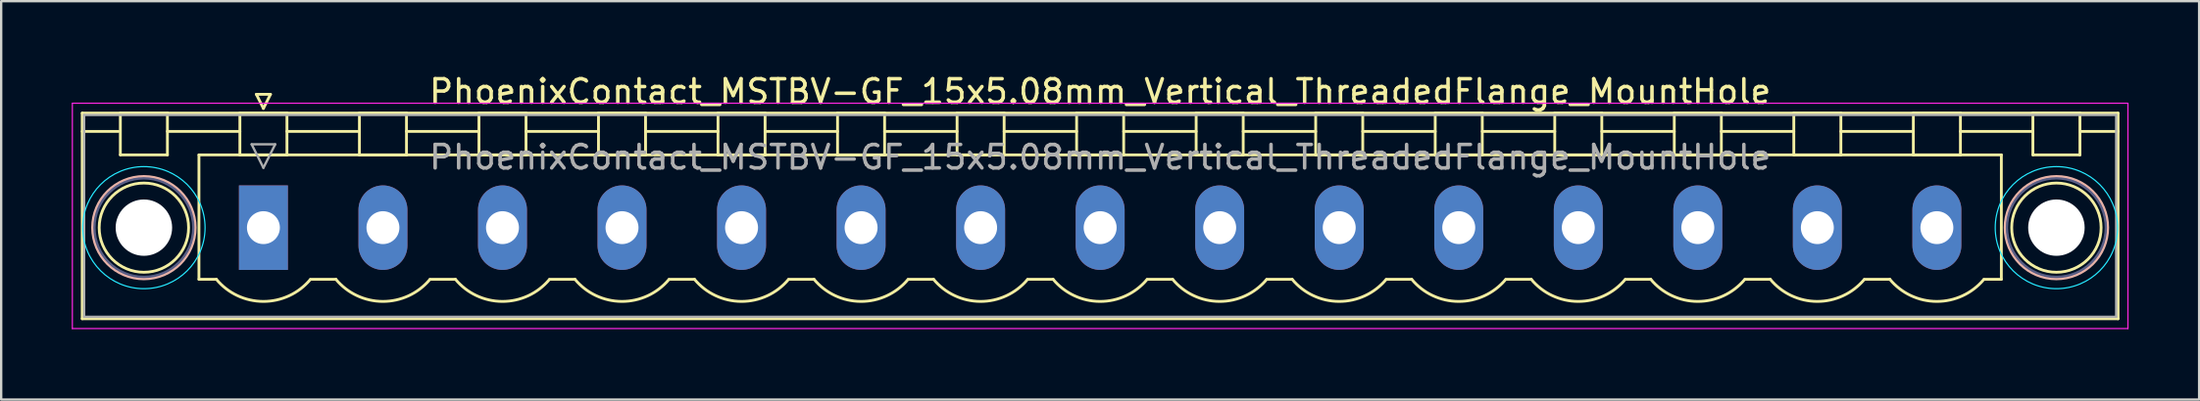
<source format=kicad_pcb>
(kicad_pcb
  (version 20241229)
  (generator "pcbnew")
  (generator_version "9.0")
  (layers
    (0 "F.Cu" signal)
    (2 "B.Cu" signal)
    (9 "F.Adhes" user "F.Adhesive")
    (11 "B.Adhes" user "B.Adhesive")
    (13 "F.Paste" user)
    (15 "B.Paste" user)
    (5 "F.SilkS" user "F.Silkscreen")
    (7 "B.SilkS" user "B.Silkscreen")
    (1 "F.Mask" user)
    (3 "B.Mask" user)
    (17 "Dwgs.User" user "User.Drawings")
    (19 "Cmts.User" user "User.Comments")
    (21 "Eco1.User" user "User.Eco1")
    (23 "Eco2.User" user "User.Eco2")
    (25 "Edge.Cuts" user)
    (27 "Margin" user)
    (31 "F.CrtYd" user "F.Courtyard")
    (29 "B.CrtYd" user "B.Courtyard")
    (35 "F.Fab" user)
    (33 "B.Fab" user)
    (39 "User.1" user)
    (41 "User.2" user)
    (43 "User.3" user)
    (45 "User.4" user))
  (footprint "PhoenixContact_MSTBV-GF_15x5.08mm_Vertical_ThreadedFlange_MountHole"
    (layer "F.Cu")
    (at 8.145 6.648)
    (property "Reference" "PhoenixContact_MSTBV-GF_15x5.08mm_Vertical_ThreadedFlange_MountHole" (at 35.56 -5.8 0) (layer "F.SilkS") (effects (font (size 1 1) (thickness 0.15))))
    (attr through_hole)
    (fp_line (start -7.7 -4.88) (end -7.7 3.88) (stroke (width 0.12) (type solid)) (layer "F.SilkS"))
    (fp_line (start -7.7 -4.1) (end -6.16 -4.1) (stroke (width 0.12) (type solid)) (layer "F.SilkS"))
    (fp_line (start -7.7 3.88) (end 78.82 3.88) (stroke (width 0.12) (type solid)) (layer "F.SilkS"))
    (fp_line (start -6.08 -4.88) (end -4.08 -4.88) (stroke (width 0.12) (type solid)) (layer "F.SilkS"))
    (fp_line (start -6.08 -3.1) (end -6.08 -4.88) (stroke (width 0.12) (type solid)) (layer "F.SilkS"))
    (fp_line (start -4.08 -4.88) (end -4.08 -3.1) (stroke (width 0.12) (type solid)) (layer "F.SilkS"))
    (fp_line (start -4.08 -4.1) (end -1 -4.1) (stroke (width 0.12) (type solid)) (layer "F.SilkS"))
    (fp_line (start -4.08 -3.1) (end -6.08 -3.1) (stroke (width 0.12) (type solid)) (layer "F.SilkS"))
    (fp_line (start -2.74 -3.1) (end 73.86 -3.1) (stroke (width 0.12) (type solid)) (layer "F.SilkS"))
    (fp_line (start -2.74 2.2) (end -2.74 -3.1) (stroke (width 0.12) (type solid)) (layer "F.SilkS"))
    (fp_line (start -2 2.2) (end -2.74 2.2) (stroke (width 0.12) (type solid)) (layer "F.SilkS"))
    (fp_line (start -1 -4.88) (end 1 -4.88) (stroke (width 0.12) (type solid)) (layer "F.SilkS"))
    (fp_line (start -1 -3.1) (end -1 -4.88) (stroke (width 0.12) (type solid)) (layer "F.SilkS"))
    (fp_line (start -0.3 -5.68) (end 0.3 -5.68) (stroke (width 0.12) (type solid)) (layer "F.SilkS"))
    (fp_line (start 0 -5.08) (end -0.3 -5.68) (stroke (width 0.12) (type solid)) (layer "F.SilkS"))
    (fp_line (start 0.3 -5.68) (end 0 -5.08) (stroke (width 0.12) (type solid)) (layer "F.SilkS"))
    (fp_line (start 1 -4.88) (end 1 -3.1) (stroke (width 0.12) (type solid)) (layer "F.SilkS"))
    (fp_line (start 1 -4.1) (end 4.08 -4.1) (stroke (width 0.12) (type solid)) (layer "F.SilkS"))
    (fp_line (start 1 -3.1) (end -1 -3.1) (stroke (width 0.12) (type solid)) (layer "F.SilkS"))
    (fp_line (start 2 2.2) (end 3.08 2.2) (stroke (width 0.12) (type solid)) (layer "F.SilkS"))
    (fp_line (start 4.08 -4.88) (end 6.08 -4.88) (stroke (width 0.12) (type solid)) (layer "F.SilkS"))
    (fp_line (start 4.08 -3.1) (end 4.08 -4.88) (stroke (width 0.12) (type solid)) (layer "F.SilkS"))
    (fp_line (start 6.08 -4.88) (end 6.08 -3.1) (stroke (width 0.12) (type solid)) (layer "F.SilkS"))
    (fp_line (start 6.08 -4.1) (end 9.16 -4.1) (stroke (width 0.12) (type solid)) (layer "F.SilkS"))
    (fp_line (start 6.08 -3.1) (end 4.08 -3.1) (stroke (width 0.12) (type solid)) (layer "F.SilkS"))
    (fp_line (start 7.08 2.2) (end 8.16 2.2) (stroke (width 0.12) (type solid)) (layer "F.SilkS"))
    (fp_line (start 9.16 -4.88) (end 11.16 -4.88) (stroke (width 0.12) (type solid)) (layer "F.SilkS"))
    (fp_line (start 9.16 -3.1) (end 9.16 -4.88) (stroke (width 0.12) (type solid)) (layer "F.SilkS"))
    (fp_line (start 11.16 -4.88) (end 11.16 -3.1) (stroke (width 0.12) (type solid)) (layer "F.SilkS"))
    (fp_line (start 11.16 -4.1) (end 14.24 -4.1) (stroke (width 0.12) (type solid)) (layer "F.SilkS"))
    (fp_line (start 11.16 -3.1) (end 9.16 -3.1) (stroke (width 0.12) (type solid)) (layer "F.SilkS"))
    (fp_line (start 12.16 2.2) (end 13.24 2.2) (stroke (width 0.12) (type solid)) (layer "F.SilkS"))
    (fp_line (start 14.24 -4.88) (end 16.24 -4.88) (stroke (width 0.12) (type solid)) (layer "F.SilkS"))
    (fp_line (start 14.24 -3.1) (end 14.24 -4.88) (stroke (width 0.12) (type solid)) (layer "F.SilkS"))
    (fp_line (start 16.24 -4.88) (end 16.24 -3.1) (stroke (width 0.12) (type solid)) (layer "F.SilkS"))
    (fp_line (start 16.24 -4.1) (end 19.32 -4.1) (stroke (width 0.12) (type solid)) (layer "F.SilkS"))
    (fp_line (start 16.24 -3.1) (end 14.24 -3.1) (stroke (width 0.12) (type solid)) (layer "F.SilkS"))
    (fp_line (start 17.24 2.2) (end 18.32 2.2) (stroke (width 0.12) (type solid)) (layer "F.SilkS"))
    (fp_line (start 19.32 -4.88) (end 21.32 -4.88) (stroke (width 0.12) (type solid)) (layer "F.SilkS"))
    (fp_line (start 19.32 -3.1) (end 19.32 -4.88) (stroke (width 0.12) (type solid)) (layer "F.SilkS"))
    (fp_line (start 21.32 -4.88) (end 21.32 -3.1) (stroke (width 0.12) (type solid)) (layer "F.SilkS"))
    (fp_line (start 21.32 -4.1) (end 24.4 -4.1) (stroke (width 0.12) (type solid)) (layer "F.SilkS"))
    (fp_line (start 21.32 -3.1) (end 19.32 -3.1) (stroke (width 0.12) (type solid)) (layer "F.SilkS"))
    (fp_line (start 22.32 2.2) (end 23.4 2.2) (stroke (width 0.12) (type solid)) (layer "F.SilkS"))
    (fp_line (start 24.4 -4.88) (end 26.4 -4.88) (stroke (width 0.12) (type solid)) (layer "F.SilkS"))
    (fp_line (start 24.4 -3.1) (end 24.4 -4.88) (stroke (width 0.12) (type solid)) (layer "F.SilkS"))
    (fp_line (start 26.4 -4.88) (end 26.4 -3.1) (stroke (width 0.12) (type solid)) (layer "F.SilkS"))
    (fp_line (start 26.4 -4.1) (end 29.48 -4.1) (stroke (width 0.12) (type solid)) (layer "F.SilkS"))
    (fp_line (start 26.4 -3.1) (end 24.4 -3.1) (stroke (width 0.12) (type solid)) (layer "F.SilkS"))
    (fp_line (start 27.4 2.2) (end 28.48 2.2) (stroke (width 0.12) (type solid)) (layer "F.SilkS"))
    (fp_line (start 29.48 -4.88) (end 31.48 -4.88) (stroke (width 0.12) (type solid)) (layer "F.SilkS"))
    (fp_line (start 29.48 -3.1) (end 29.48 -4.88) (stroke (width 0.12) (type solid)) (layer "F.SilkS"))
    (fp_line (start 31.48 -4.88) (end 31.48 -3.1) (stroke (width 0.12) (type solid)) (layer "F.SilkS"))
    (fp_line (start 31.48 -4.1) (end 34.56 -4.1) (stroke (width 0.12) (type solid)) (layer "F.SilkS"))
    (fp_line (start 31.48 -3.1) (end 29.48 -3.1) (stroke (width 0.12) (type solid)) (layer "F.SilkS"))
    (fp_line (start 32.48 2.2) (end 33.56 2.2) (stroke (width 0.12) (type solid)) (layer "F.SilkS"))
    (fp_line (start 34.56 -4.88) (end 36.56 -4.88) (stroke (width 0.12) (type solid)) (layer "F.SilkS"))
    (fp_line (start 34.56 -3.1) (end 34.56 -4.88) (stroke (width 0.12) (type solid)) (layer "F.SilkS"))
    (fp_line (start 36.56 -4.88) (end 36.56 -3.1) (stroke (width 0.12) (type solid)) (layer "F.SilkS"))
    (fp_line (start 36.56 -4.1) (end 39.64 -4.1) (stroke (width 0.12) (type solid)) (layer "F.SilkS"))
    (fp_line (start 36.56 -3.1) (end 34.56 -3.1) (stroke (width 0.12) (type solid)) (layer "F.SilkS"))
    (fp_line (start 37.56 2.2) (end 38.64 2.2) (stroke (width 0.12) (type solid)) (layer "F.SilkS"))
    (fp_line (start 39.64 -4.88) (end 41.64 -4.88) (stroke (width 0.12) (type solid)) (layer "F.SilkS"))
    (fp_line (start 39.64 -3.1) (end 39.64 -4.88) (stroke (width 0.12) (type solid)) (layer "F.SilkS"))
    (fp_line (start 41.64 -4.88) (end 41.64 -3.1) (stroke (width 0.12) (type solid)) (layer "F.SilkS"))
    (fp_line (start 41.64 -4.1) (end 44.72 -4.1) (stroke (width 0.12) (type solid)) (layer "F.SilkS"))
    (fp_line (start 41.64 -3.1) (end 39.64 -3.1) (stroke (width 0.12) (type solid)) (layer "F.SilkS"))
    (fp_line (start 42.64 2.2) (end 43.72 2.2) (stroke (width 0.12) (type solid)) (layer "F.SilkS"))
    (fp_line (start 44.72 -4.88) (end 46.72 -4.88) (stroke (width 0.12) (type solid)) (layer "F.SilkS"))
    (fp_line (start 44.72 -3.1) (end 44.72 -4.88) (stroke (width 0.12) (type solid)) (layer "F.SilkS"))
    (fp_line (start 46.72 -4.88) (end 46.72 -3.1) (stroke (width 0.12) (type solid)) (layer "F.SilkS"))
    (fp_line (start 46.72 -4.1) (end 49.8 -4.1) (stroke (width 0.12) (type solid)) (layer "F.SilkS"))
    (fp_line (start 46.72 -3.1) (end 44.72 -3.1) (stroke (width 0.12) (type solid)) (layer "F.SilkS"))
    (fp_line (start 47.72 2.2) (end 48.8 2.2) (stroke (width 0.12) (type solid)) (layer "F.SilkS"))
    (fp_line (start 49.8 -4.88) (end 51.8 -4.88) (stroke (width 0.12) (type solid)) (layer "F.SilkS"))
    (fp_line (start 49.8 -3.1) (end 49.8 -4.88) (stroke (width 0.12) (type solid)) (layer "F.SilkS"))
    (fp_line (start 51.8 -4.88) (end 51.8 -3.1) (stroke (width 0.12) (type solid)) (layer "F.SilkS"))
    (fp_line (start 51.8 -4.1) (end 54.88 -4.1) (stroke (width 0.12) (type solid)) (layer "F.SilkS"))
    (fp_line (start 51.8 -3.1) (end 49.8 -3.1) (stroke (width 0.12) (type solid)) (layer "F.SilkS"))
    (fp_line (start 52.8 2.2) (end 53.88 2.2) (stroke (width 0.12) (type solid)) (layer "F.SilkS"))
    (fp_line (start 54.88 -4.88) (end 56.88 -4.88) (stroke (width 0.12) (type solid)) (layer "F.SilkS"))
    (fp_line (start 54.88 -3.1) (end 54.88 -4.88) (stroke (width 0.12) (type solid)) (layer "F.SilkS"))
    (fp_line (start 56.88 -4.88) (end 56.88 -3.1) (stroke (width 0.12) (type solid)) (layer "F.SilkS"))
    (fp_line (start 56.88 -4.1) (end 59.96 -4.1) (stroke (width 0.12) (type solid)) (layer "F.SilkS"))
    (fp_line (start 56.88 -3.1) (end 54.88 -3.1) (stroke (width 0.12) (type solid)) (layer "F.SilkS"))
    (fp_line (start 57.88 2.2) (end 58.96 2.2) (stroke (width 0.12) (type solid)) (layer "F.SilkS"))
    (fp_line (start 59.96 -4.88) (end 61.96 -4.88) (stroke (width 0.12) (type solid)) (layer "F.SilkS"))
    (fp_line (start 59.96 -3.1) (end 59.96 -4.88) (stroke (width 0.12) (type solid)) (layer "F.SilkS"))
    (fp_line (start 61.96 -4.88) (end 61.96 -3.1) (stroke (width 0.12) (type solid)) (layer "F.SilkS"))
    (fp_line (start 61.96 -4.1) (end 65.04 -4.1) (stroke (width 0.12) (type solid)) (layer "F.SilkS"))
    (fp_line (start 61.96 -3.1) (end 59.96 -3.1) (stroke (width 0.12) (type solid)) (layer "F.SilkS"))
    (fp_line (start 62.96 2.2) (end 64.04 2.2) (stroke (width 0.12) (type solid)) (layer "F.SilkS"))
    (fp_line (start 65.04 -4.88) (end 67.04 -4.88) (stroke (width 0.12) (type solid)) (layer "F.SilkS"))
    (fp_line (start 65.04 -3.1) (end 65.04 -4.88) (stroke (width 0.12) (type solid)) (layer "F.SilkS"))
    (fp_line (start 67.04 -4.88) (end 67.04 -3.1) (stroke (width 0.12) (type solid)) (layer "F.SilkS"))
    (fp_line (start 67.04 -4.1) (end 70.12 -4.1) (stroke (width 0.12) (type solid)) (layer "F.SilkS"))
    (fp_line (start 67.04 -3.1) (end 65.04 -3.1) (stroke (width 0.12) (type solid)) (layer "F.SilkS"))
    (fp_line (start 68.04 2.2) (end 69.12 2.2) (stroke (width 0.12) (type solid)) (layer "F.SilkS"))
    (fp_line (start 70.12 -4.88) (end 72.12 -4.88) (stroke (width 0.12) (type solid)) (layer "F.SilkS"))
    (fp_line (start 70.12 -3.1) (end 70.12 -4.88) (stroke (width 0.12) (type solid)) (layer "F.SilkS"))
    (fp_line (start 72.12 -4.88) (end 72.12 -3.1) (stroke (width 0.12) (type solid)) (layer "F.SilkS"))
    (fp_line (start 72.12 -4.1) (end 75.2 -4.1) (stroke (width 0.12) (type solid)) (layer "F.SilkS"))
    (fp_line (start 72.12 -3.1) (end 70.12 -3.1) (stroke (width 0.12) (type solid)) (layer "F.SilkS"))
    (fp_line (start 73.86 -3.1) (end 73.86 2.2) (stroke (width 0.12) (type solid)) (layer "F.SilkS"))
    (fp_line (start 73.86 2.2) (end 73.12 2.2) (stroke (width 0.12) (type solid)) (layer "F.SilkS"))
    (fp_line (start 75.2 -4.88) (end 77.2 -4.88) (stroke (width 0.12) (type solid)) (layer "F.SilkS"))
    (fp_line (start 75.2 -3.1) (end 75.2 -4.88) (stroke (width 0.12) (type solid)) (layer "F.SilkS"))
    (fp_line (start 77.2 -4.88) (end 77.2 -3.1) (stroke (width 0.12) (type solid)) (layer "F.SilkS"))
    (fp_line (start 77.2 -3.1) (end 75.2 -3.1) (stroke (width 0.12) (type solid)) (layer "F.SilkS"))
    (fp_line (start 78.82 -4.88) (end -7.7 -4.88) (stroke (width 0.12) (type solid)) (layer "F.SilkS"))
    (fp_line (start 78.82 -4.1) (end 77.28 -4.1) (stroke (width 0.12) (type solid)) (layer "F.SilkS"))
    (fp_line (start 78.82 3.88) (end 78.82 -4.88) (stroke (width 0.12) (type solid)) (layer "F.SilkS"))
    (fp_arc (start 1.986842 2.215821) (mid -0.010289 3.142758) (end -2 2.2) (stroke (width 0.12) (type solid)) (layer "F.SilkS"))
    (fp_arc (start 7.066842 2.215821) (mid 5.069711 3.142758) (end 3.08 2.2) (stroke (width 0.12) (type solid)) (layer "F.SilkS"))
    (fp_arc (start 12.146842 2.215821) (mid 10.149711 3.142758) (end 8.16 2.2) (stroke (width 0.12) (type solid)) (layer "F.SilkS"))
    (fp_arc (start 17.226842 2.215821) (mid 15.229711 3.142758) (end 13.24 2.2) (stroke (width 0.12) (type solid)) (layer "F.SilkS"))
    (fp_arc (start 22.306842 2.215821) (mid 20.309711 3.142758) (end 18.32 2.2) (stroke (width 0.12) (type solid)) (layer "F.SilkS"))
    (fp_arc (start 27.386842 2.215821) (mid 25.389711 3.142758) (end 23.4 2.2) (stroke (width 0.12) (type solid)) (layer "F.SilkS"))
    (fp_arc (start 32.466842 2.215821) (mid 30.469711 3.142758) (end 28.48 2.2) (stroke (width 0.12) (type solid)) (layer "F.SilkS"))
    (fp_arc (start 37.546842 2.215821) (mid 35.549711 3.142758) (end 33.56 2.2) (stroke (width 0.12) (type solid)) (layer "F.SilkS"))
    (fp_arc (start 42.626842 2.215821) (mid 40.629711 3.142758) (end 38.64 2.2) (stroke (width 0.12) (type solid)) (layer "F.SilkS"))
    (fp_arc (start 47.706842 2.215821) (mid 45.709711 3.142758) (end 43.72 2.2) (stroke (width 0.12) (type solid)) (layer "F.SilkS"))
    (fp_arc (start 52.786842 2.215821) (mid 50.789711 3.142758) (end 48.8 2.2) (stroke (width 0.12) (type solid)) (layer "F.SilkS"))
    (fp_arc (start 57.866842 2.215821) (mid 55.869711 3.142758) (end 53.88 2.2) (stroke (width 0.12) (type solid)) (layer "F.SilkS"))
    (fp_arc (start 62.946842 2.215821) (mid 60.949711 3.142758) (end 58.96 2.2) (stroke (width 0.12) (type solid)) (layer "F.SilkS"))
    (fp_arc (start 68.026842 2.215821) (mid 66.029711 3.142758) (end 64.04 2.2) (stroke (width 0.12) (type solid)) (layer "F.SilkS"))
    (fp_arc (start 73.106842 2.215821) (mid 71.109711 3.142758) (end 69.12 2.2) (stroke (width 0.12) (type solid)) (layer "F.SilkS"))
    (fp_circle (center -5.08 0) (end -3.18 0) (stroke (width 0.12) (type solid)) (fill no) (layer "F.SilkS"))
    (fp_circle (center 76.2 0) (end 78.1 0) (stroke (width 0.12) (type solid)) (fill no) (layer "F.SilkS"))
    (fp_circle (center -5.08 0) (end -2.9 0) (stroke (width 0.12) (type solid)) (fill no) (layer "B.SilkS"))
    (fp_circle (center 76.2 0) (end 78.38 0) (stroke (width 0.12) (type solid)) (fill no) (layer "B.SilkS"))
    (fp_circle (center -5.08 0) (end -2.48 0) (stroke (width 0.05) (type solid)) (fill no) (layer "B.CrtYd"))
    (fp_circle (center 76.2 0) (end 78.8 0) (stroke (width 0.05) (type solid)) (fill no) (layer "B.CrtYd"))
    (fp_line (start -8.12 -5.3) (end -8.12 4.3) (stroke (width 0.05) (type solid)) (layer "F.CrtYd"))
    (fp_line (start -8.12 4.3) (end 79.24 4.3) (stroke (width 0.05) (type solid)) (layer "F.CrtYd"))
    (fp_line (start 79.24 -5.3) (end -8.12 -5.3) (stroke (width 0.05) (type solid)) (layer "F.CrtYd"))
    (fp_line (start 79.24 4.3) (end 79.24 -5.3) (stroke (width 0.05) (type solid)) (layer "F.CrtYd"))
    (fp_circle (center -5.08 0) (end -2.98 0) (stroke (width 0.1) (type solid)) (fill no) (layer "B.Fab"))
    (fp_circle (center 76.2 0) (end 78.3 0) (stroke (width 0.1) (type solid)) (fill no) (layer "B.Fab"))
    (fp_line (start -7.62 -4.8) (end -7.62 3.8) (stroke (width 0.1) (type solid)) (layer "F.Fab"))
    (fp_line (start -7.62 3.8) (end 78.74 3.8) (stroke (width 0.1) (type solid)) (layer "F.Fab"))
    (fp_line (start -0.5 -3.55) (end 0.5 -3.55) (stroke (width 0.1) (type solid)) (layer "F.Fab"))
    (fp_line (start 0 -2.55) (end -0.5 -3.55) (stroke (width 0.1) (type solid)) (layer "F.Fab"))
    (fp_line (start 0.5 -3.55) (end 0 -2.55) (stroke (width 0.1) (type solid)) (layer "F.Fab"))
    (fp_line (start 78.74 -4.8) (end -7.62 -4.8) (stroke (width 0.1) (type solid)) (layer "F.Fab"))
    (fp_line (start 78.74 3.8) (end 78.74 -4.8) (stroke (width 0.1) (type solid)) (layer "F.Fab"))
    (fp_text user "${REFERENCE}" (at 35.56 -3 0) (layer "F.Fab") (effects (font (size 1 1) (thickness 0.15))))
    (pad "" np_thru_hole circle (at -5.08 0) (size 2.4 2.4) (drill 2.4) (layers "*.Cu" "*.Mask"))
    (pad "" np_thru_hole circle (at 76.2 0) (size 2.4 2.4) (drill 2.4) (layers "*.Cu" "*.Mask"))
    (pad "1" thru_hole rect (at 0 0) (size 2.08 3.6) (drill 1.4) (layers "*.Cu" "*.Mask"))
    (pad "2" thru_hole oval (at 5.08 0) (size 2.08 3.6) (drill 1.4) (layers "*.Cu" "*.Mask"))
    (pad "3" thru_hole oval (at 10.16 0) (size 2.08 3.6) (drill 1.4) (layers "*.Cu" "*.Mask"))
    (pad "4" thru_hole oval (at 15.24 0) (size 2.08 3.6) (drill 1.4) (layers "*.Cu" "*.Mask"))
    (pad "5" thru_hole oval (at 20.32 0) (size 2.08 3.6) (drill 1.4) (layers "*.Cu" "*.Mask"))
    (pad "6" thru_hole oval (at 25.4 0) (size 2.08 3.6) (drill 1.4) (layers "*.Cu" "*.Mask"))
    (pad "7" thru_hole oval (at 30.48 0) (size 2.08 3.6) (drill 1.4) (layers "*.Cu" "*.Mask"))
    (pad "8" thru_hole oval (at 35.56 0) (size 2.08 3.6) (drill 1.4) (layers "*.Cu" "*.Mask"))
    (pad "9" thru_hole oval (at 40.64 0) (size 2.08 3.6) (drill 1.4) (layers "*.Cu" "*.Mask"))
    (pad "10" thru_hole oval (at 45.72 0) (size 2.08 3.6) (drill 1.4) (layers "*.Cu" "*.Mask"))
    (pad "11" thru_hole oval (at 50.8 0) (size 2.08 3.6) (drill 1.4) (layers "*.Cu" "*.Mask"))
    (pad "12" thru_hole oval (at 55.88 0) (size 2.08 3.6) (drill 1.4) (layers "*.Cu" "*.Mask"))
    (pad "13" thru_hole oval (at 60.96 0) (size 2.08 3.6) (drill 1.4) (layers "*.Cu" "*.Mask"))
    (pad "14" thru_hole oval (at 66.04 0) (size 2.08 3.6) (drill 1.4) (layers "*.Cu" "*.Mask"))
    (pad "15" thru_hole oval (at 71.12 0) (size 2.08 3.6) (drill 1.4) (layers "*.Cu" "*.Mask")))
  (gr_rect
    (start -3 -3)
    (end 90.41 13.973)
    (stroke (width 0.1) (type default))
    (fill no)
    (layer "Edge.Cuts")))
</source>
